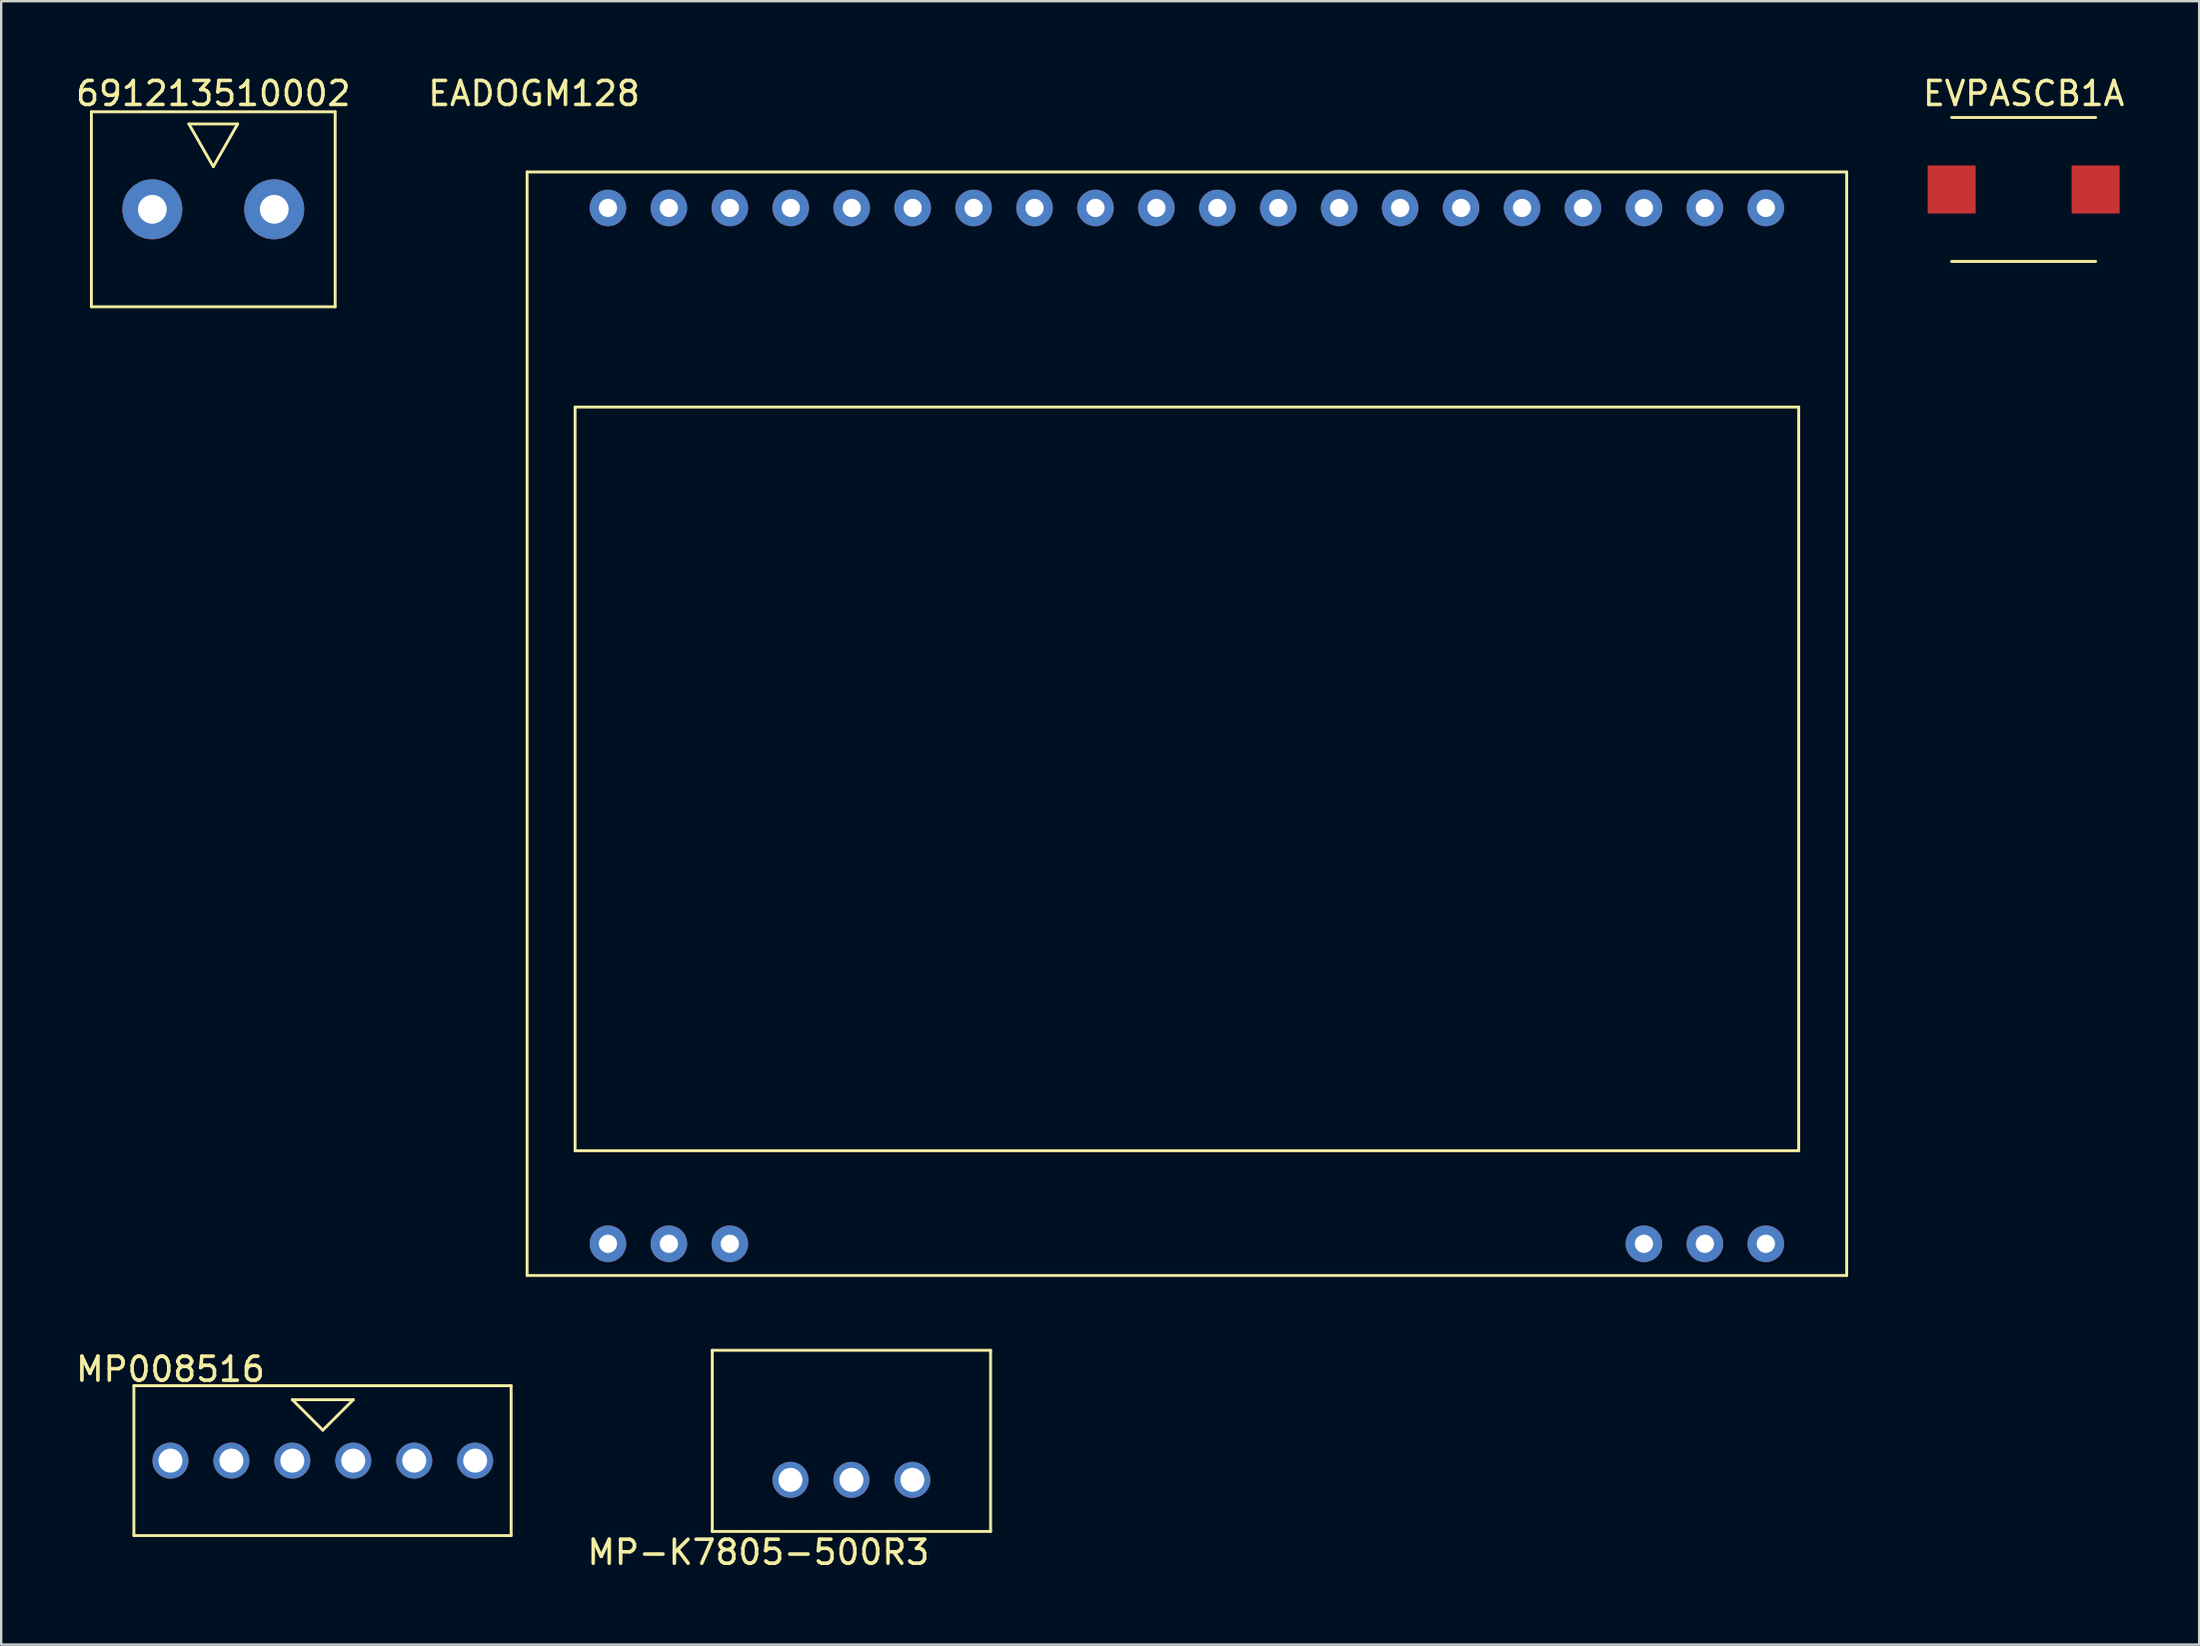
<source format=kicad_pcb>
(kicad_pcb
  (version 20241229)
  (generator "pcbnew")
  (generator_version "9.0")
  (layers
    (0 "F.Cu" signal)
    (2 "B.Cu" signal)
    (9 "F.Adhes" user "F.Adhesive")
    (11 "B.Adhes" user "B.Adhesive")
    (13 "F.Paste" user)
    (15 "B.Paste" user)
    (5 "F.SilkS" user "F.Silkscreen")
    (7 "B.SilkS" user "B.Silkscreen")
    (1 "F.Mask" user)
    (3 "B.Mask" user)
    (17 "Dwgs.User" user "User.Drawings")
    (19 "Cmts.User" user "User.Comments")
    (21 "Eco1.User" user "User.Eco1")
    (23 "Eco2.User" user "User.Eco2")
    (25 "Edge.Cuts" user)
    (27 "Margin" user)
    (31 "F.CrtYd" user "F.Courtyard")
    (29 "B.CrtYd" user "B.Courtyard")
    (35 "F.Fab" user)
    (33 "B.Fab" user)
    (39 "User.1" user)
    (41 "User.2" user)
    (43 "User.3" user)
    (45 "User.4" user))
  (footprint "EVPASCB1A"
    (layer "F.Cu")
    (at 81.294 4.848)
    (property "Reference" "EVPASCB1A" (at 0 -4 0) (layer "F.SilkS") (effects (font (size 1 1) (thickness 0.15))))
    (attr through_hole)
    (fp_line (start -3 -3) (end 3 -3) (stroke (width 0.12) (type solid)) (layer "F.SilkS"))
    (fp_line (start -3 3) (end 3 3) (stroke (width 0.12) (type solid)) (layer "F.SilkS"))
    (pad "1" smd rect (at -3 0) (size 2 2) (layers "F.Cu" "F.Mask" "F.Paste"))
    (pad "2" smd rect (at 3 0) (size 2 2) (layers "F.Cu" "F.Mask" "F.Paste")))
  (footprint "MP008516"
    (layer "F.Cu")
    (at 4.054 57.837)
    (property "Reference" "MP008516" (at 0 -3.81 0) (layer "F.SilkS") (effects (font (size 1 1) (thickness 0.15))))
    (attr through_hole)
    (fp_line (start -1.524 -3.124) (end 14.199 -3.124) (stroke (width 0.12) (type solid)) (layer "F.SilkS"))
    (fp_line (start -1.524 3.124) (end -1.524 -3.124) (stroke (width 0.12) (type solid)) (layer "F.SilkS"))
    (fp_line (start 5.08 -2.54) (end 7.62 -2.54) (stroke (width 0.12) (type solid)) (layer "F.SilkS"))
    (fp_line (start 6.35 -1.27) (end 5.08 -2.54) (stroke (width 0.12) (type solid)) (layer "F.SilkS"))
    (fp_line (start 7.62 -2.54) (end 6.35 -1.27) (stroke (width 0.12) (type solid)) (layer "F.SilkS"))
    (fp_line (start 14.199 -3.124) (end 14.199 3.124) (stroke (width 0.12) (type solid)) (layer "F.SilkS"))
    (fp_line (start 14.199 3.124) (end -1.524 3.124) (stroke (width 0.12) (type solid)) (layer "F.SilkS"))
    (pad "1" thru_hole circle (at 0 0) (size 1.5 1.5) (drill 1) (layers "*.Cu" "*.Mask"))
    (pad "2" thru_hole circle (at 2.54 0) (size 1.5 1.5) (drill 1) (layers "*.Cu" "*.Mask"))
    (pad "3" thru_hole circle (at 5.08 0) (size 1.5 1.5) (drill 1) (layers "*.Cu" "*.Mask"))
    (pad "4" thru_hole circle (at 7.62 0) (size 1.5 1.5) (drill 1) (layers "*.Cu" "*.Mask"))
    (pad "5" thru_hole circle (at 10.16 0) (size 1.5 1.5) (drill 1) (layers "*.Cu" "*.Mask"))
    (pad "6" thru_hole circle (at 12.7 0) (size 1.5 1.5) (drill 1) (layers "*.Cu" "*.Mask")))
  (footprint "691213510002"
    (layer "F.Cu")
    (at 5.839 5.674)
    (property "Reference" "691213510002" (at 0 -4.826 0) (layer "F.SilkS") (effects (font (size 1 1) (thickness 0.15))))
    (attr through_hole)
    (fp_line (start -5.08 -4.064) (end -5.08 4.064) (stroke (width 0.12) (type solid)) (layer "F.SilkS"))
    (fp_line (start -5.08 4.064) (end 5.08 4.064) (stroke (width 0.12) (type solid)) (layer "F.SilkS"))
    (fp_line (start -1.016 -3.556) (end 1.016 -3.556) (stroke (width 0.12) (type solid)) (layer "F.SilkS"))
    (fp_line (start 0 -1.778) (end -1.016 -3.556) (stroke (width 0.12) (type solid)) (layer "F.SilkS"))
    (fp_line (start 1.016 -3.556) (end 0 -1.778) (stroke (width 0.12) (type solid)) (layer "F.SilkS"))
    (fp_line (start 5.08 -4.064) (end -5.08 -4.064) (stroke (width 0.12) (type solid)) (layer "F.SilkS"))
    (fp_line (start 5.08 4.064) (end 5.08 -4.064) (stroke (width 0.12) (type solid)) (layer "F.SilkS"))
    (pad "1" thru_hole circle (at -2.54 0) (size 2.5 2.5) (drill 1.2) (layers "*.Cu" "*.Mask"))
    (pad "2" thru_hole circle (at 2.54 0) (size 2.5 2.5) (drill 1.2) (layers "*.Cu" "*.Mask")))
  (footprint "EADOGM128"
    (layer "F.Cu")
    (at 46.418 29.418)
    (property "Reference" "EADOGM128" (at -27.21 -28.57 0) (layer "F.SilkS") (effects (font (size 1 1) (thickness 0.15))))
    (attr through_hole)
    (fp_line (start -27.5 -25.3) (end 27.5 -25.3) (stroke (width 0.12) (type solid)) (layer "F.SilkS"))
    (fp_line (start -27.5 20.7) (end -27.5 -25.3) (stroke (width 0.12) (type solid)) (layer "F.SilkS"))
    (fp_line (start -27.5 20.7) (end 27.5 20.7) (stroke (width 0.12) (type solid)) (layer "F.SilkS"))
    (fp_line (start -25.5 -15.5) (end 25.5 -15.5) (stroke (width 0.12) (type solid)) (layer "F.SilkS"))
    (fp_line (start -25.5 15.5) (end -25.5 -15.5) (stroke (width 0.12) (type solid)) (layer "F.SilkS"))
    (fp_line (start 25.5 -15.5) (end 25.5 15.5) (stroke (width 0.12) (type solid)) (layer "F.SilkS"))
    (fp_line (start 25.5 15.5) (end -25.5 15.5) (stroke (width 0.12) (type solid)) (layer "F.SilkS"))
    (fp_line (start 27.5 -25.3) (end 27.5 20.7) (stroke (width 0.12) (type solid)) (layer "F.SilkS"))
    (pad "1" thru_hole circle (at -24.13 19.38) (size 1.524 1.524) (drill 0.762) (layers "*.Cu" "*.Mask"))
    (pad "2" thru_hole circle (at -21.59 19.38) (size 1.524 1.524) (drill 0.762) (layers "*.Cu" "*.Mask"))
    (pad "3" thru_hole circle (at -19.05 19.38) (size 1.524 1.524) (drill 0.762) (layers "*.Cu" "*.Mask"))
    (pad "18" thru_hole circle (at 19.05 19.38) (size 1.524 1.524) (drill 0.762) (layers "*.Cu" "*.Mask"))
    (pad "19" thru_hole circle (at 21.59 19.38) (size 1.524 1.524) (drill 0.762) (layers "*.Cu" "*.Mask"))
    (pad "20" thru_hole circle (at 24.13 19.38) (size 1.524 1.524) (drill 0.762) (layers "*.Cu" "*.Mask"))
    (pad "21" thru_hole circle (at 24.13 -23.8) (size 1.524 1.524) (drill 0.762) (layers "*.Cu" "*.Mask"))
    (pad "22" thru_hole circle (at 21.59 -23.8) (size 1.524 1.524) (drill 0.762) (layers "*.Cu" "*.Mask"))
    (pad "23" thru_hole circle (at 19.05 -23.8) (size 1.524 1.524) (drill 0.762) (layers "*.Cu" "*.Mask"))
    (pad "24" thru_hole circle (at 16.51 -23.8) (size 1.524 1.524) (drill 0.762) (layers "*.Cu" "*.Mask"))
    (pad "25" thru_hole circle (at 13.97 -23.8) (size 1.524 1.524) (drill 0.762) (layers "*.Cu" "*.Mask"))
    (pad "26" thru_hole circle (at 11.43 -23.8) (size 1.524 1.524) (drill 0.762) (layers "*.Cu" "*.Mask"))
    (pad "27" thru_hole circle (at 8.89 -23.8) (size 1.524 1.524) (drill 0.762) (layers "*.Cu" "*.Mask"))
    (pad "28" thru_hole circle (at 6.35 -23.8) (size 1.524 1.524) (drill 0.762) (layers "*.Cu" "*.Mask"))
    (pad "29" thru_hole circle (at 3.81 -23.8) (size 1.524 1.524) (drill 0.762) (layers "*.Cu" "*.Mask"))
    (pad "30" thru_hole circle (at 1.27 -23.8) (size 1.524 1.524) (drill 0.762) (layers "*.Cu" "*.Mask"))
    (pad "31" thru_hole circle (at -1.27 -23.8) (size 1.524 1.524) (drill 0.762) (layers "*.Cu" "*.Mask"))
    (pad "32" thru_hole circle (at -3.81 -23.8) (size 1.524 1.524) (drill 0.762) (layers "*.Cu" "*.Mask"))
    (pad "33" thru_hole circle (at -6.35 -23.8) (size 1.524 1.524) (drill 0.762) (layers "*.Cu" "*.Mask"))
    (pad "34" thru_hole circle (at -8.89 -23.8) (size 1.524 1.524) (drill 0.762) (layers "*.Cu" "*.Mask"))
    (pad "35" thru_hole circle (at -11.43 -23.8) (size 1.524 1.524) (drill 0.762) (layers "*.Cu" "*.Mask"))
    (pad "36" thru_hole circle (at -13.97 -23.8) (size 1.524 1.524) (drill 0.762) (layers "*.Cu" "*.Mask"))
    (pad "37" thru_hole circle (at -16.51 -23.8) (size 1.524 1.524) (drill 0.762) (layers "*.Cu" "*.Mask"))
    (pad "38" thru_hole circle (at -19.05 -23.8) (size 1.524 1.524) (drill 0.762) (layers "*.Cu" "*.Mask"))
    (pad "39" thru_hole circle (at -21.59 -23.8) (size 1.524 1.524) (drill 0.762) (layers "*.Cu" "*.Mask"))
    (pad "40" thru_hole circle (at -24.13 -23.8) (size 1.524 1.524) (drill 0.762) (layers "*.Cu" "*.Mask")))
  (footprint "MP-K7805-500R3"
    (layer "F.Cu")
    (at 32.436 58.638)
    (property "Reference" "MP-K7805-500R3" (at -3.88 3.02 0) (layer "F.SilkS") (effects (font (size 1 1) (thickness 0.15))))
    (attr through_hole)
    (fp_line (start -5.8 -5.4) (end 5.8 -5.4) (stroke (width 0.12) (type solid)) (layer "F.SilkS"))
    (fp_line (start -5.8 2.15) (end -5.8 -5.4) (stroke (width 0.12) (type solid)) (layer "F.SilkS"))
    (fp_line (start -5.8 2.15) (end 5.8 2.15) (stroke (width 0.12) (type solid)) (layer "F.SilkS"))
    (fp_line (start 5.8 2.15) (end 5.8 -5.4) (stroke (width 0.12) (type solid)) (layer "F.SilkS"))
    (pad "1" thru_hole circle (at -2.54 0) (size 1.5 1.5) (drill 1) (layers "*.Cu" "*.Mask"))
    (pad "2" thru_hole circle (at 0 0) (size 1.5 1.5) (drill 1) (layers "*.Cu" "*.Mask"))
    (pad "3" thru_hole circle (at 2.54 0) (size 1.5 1.5) (drill 1) (layers "*.Cu" "*.Mask")))
  (gr_rect
    (start -3 -3)
    (end 88.609 65.507)
    (stroke (width 0.1) (type default))
    (fill no)
    (layer "Edge.Cuts")))
</source>
